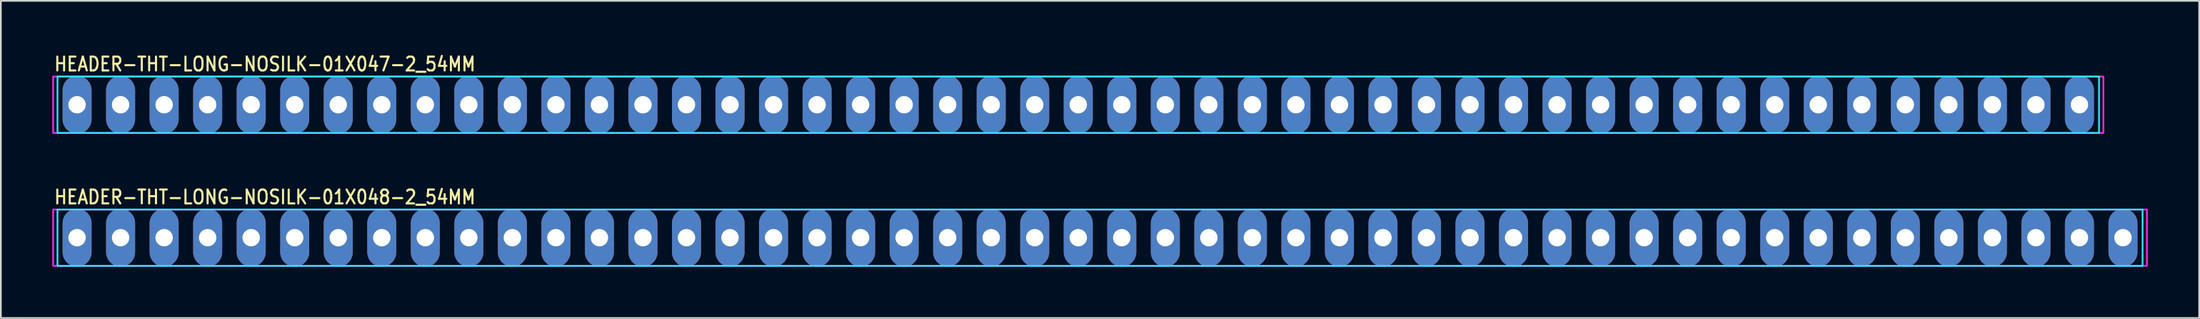
<source format=kicad_pcb>
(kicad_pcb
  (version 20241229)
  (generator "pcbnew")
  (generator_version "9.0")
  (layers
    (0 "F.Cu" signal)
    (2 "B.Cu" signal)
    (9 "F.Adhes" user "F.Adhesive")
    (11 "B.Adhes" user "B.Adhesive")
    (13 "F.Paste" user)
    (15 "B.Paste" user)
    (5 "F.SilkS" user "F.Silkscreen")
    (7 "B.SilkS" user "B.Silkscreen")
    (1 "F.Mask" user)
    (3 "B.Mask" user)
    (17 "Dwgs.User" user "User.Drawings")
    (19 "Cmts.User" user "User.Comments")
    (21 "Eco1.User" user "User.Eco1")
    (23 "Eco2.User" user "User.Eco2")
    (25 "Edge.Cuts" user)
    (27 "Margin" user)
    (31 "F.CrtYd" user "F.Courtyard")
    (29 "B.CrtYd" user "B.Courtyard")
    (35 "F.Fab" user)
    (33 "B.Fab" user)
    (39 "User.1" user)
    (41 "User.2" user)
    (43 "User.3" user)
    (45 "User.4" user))
  (footprint "HEADER-THT-LONG-NOSILK-01X048-2_54MM"
    (layer "F.Cu")
    (at 1.447 10.858)
    (property "Reference" "HEADER-THT-LONG-NOSILK-01X048-2_54MM" (at -1.4 -1.9 0) (unlocked yes) (layer "F.SilkS") (effects (font (size 0.813 0.695) (thickness 0.122)) (justify left bottom)))
    (fp_poly (pts (xy -1.143 -1.651) (xy 120.523 -1.651) (xy 120.523 1.651) (xy -1.143 1.651)) (stroke (width 0.1) (type solid)) (fill no) (layer "B.CrtYd"))
    (fp_poly (pts (xy -1.397 -1.651) (xy 120.777 -1.651) (xy 120.777 1.651) (xy -1.397 1.651)) (stroke (width 0.1) (type solid)) (fill no) (layer "F.CrtYd"))
    (pad "1" thru_hole oval (at 0 0 90) (size 3.387 1.693) (drill 1.016) (layers "*.Cu" "*.Mask"))
    (pad "2" thru_hole oval (at 2.54 0 90) (size 3.387 1.693) (drill 1.016) (layers "*.Cu" "*.Mask"))
    (pad "3" thru_hole oval (at 5.08 0 90) (size 3.387 1.693) (drill 1.016) (layers "*.Cu" "*.Mask"))
    (pad "4" thru_hole oval (at 7.62 0 90) (size 3.387 1.693) (drill 1.016) (layers "*.Cu" "*.Mask"))
    (pad "5" thru_hole oval (at 10.16 0 90) (size 3.387 1.693) (drill 1.016) (layers "*.Cu" "*.Mask"))
    (pad "6" thru_hole oval (at 12.7 0 90) (size 3.387 1.693) (drill 1.016) (layers "*.Cu" "*.Mask"))
    (pad "7" thru_hole oval (at 15.24 0 90) (size 3.387 1.693) (drill 1.016) (layers "*.Cu" "*.Mask"))
    (pad "8" thru_hole oval (at 17.78 0 90) (size 3.387 1.693) (drill 1.016) (layers "*.Cu" "*.Mask"))
    (pad "9" thru_hole oval (at 20.32 0 90) (size 3.387 1.693) (drill 1.016) (layers "*.Cu" "*.Mask"))
    (pad "10" thru_hole oval (at 22.86 0 90) (size 3.387 1.693) (drill 1.016) (layers "*.Cu" "*.Mask"))
    (pad "11" thru_hole oval (at 25.4 0 90) (size 3.387 1.693) (drill 1.016) (layers "*.Cu" "*.Mask"))
    (pad "12" thru_hole oval (at 27.94 0 90) (size 3.387 1.693) (drill 1.016) (layers "*.Cu" "*.Mask"))
    (pad "13" thru_hole oval (at 30.48 0 90) (size 3.387 1.693) (drill 1.016) (layers "*.Cu" "*.Mask"))
    (pad "14" thru_hole oval (at 33.02 0 90) (size 3.387 1.693) (drill 1.016) (layers "*.Cu" "*.Mask"))
    (pad "15" thru_hole oval (at 35.56 0 90) (size 3.387 1.693) (drill 1.016) (layers "*.Cu" "*.Mask"))
    (pad "16" thru_hole oval (at 38.1 0 90) (size 3.387 1.693) (drill 1.016) (layers "*.Cu" "*.Mask"))
    (pad "17" thru_hole oval (at 40.64 0 90) (size 3.387 1.693) (drill 1.016) (layers "*.Cu" "*.Mask"))
    (pad "18" thru_hole oval (at 43.18 0 90) (size 3.387 1.693) (drill 1.016) (layers "*.Cu" "*.Mask"))
    (pad "19" thru_hole oval (at 45.72 0 90) (size 3.387 1.693) (drill 1.016) (layers "*.Cu" "*.Mask"))
    (pad "20" thru_hole oval (at 48.26 0 90) (size 3.387 1.693) (drill 1.016) (layers "*.Cu" "*.Mask"))
    (pad "21" thru_hole oval (at 50.8 0 90) (size 3.387 1.693) (drill 1.016) (layers "*.Cu" "*.Mask"))
    (pad "22" thru_hole oval (at 53.34 0 90) (size 3.387 1.693) (drill 1.016) (layers "*.Cu" "*.Mask"))
    (pad "23" thru_hole oval (at 55.88 0 90) (size 3.387 1.693) (drill 1.016) (layers "*.Cu" "*.Mask"))
    (pad "24" thru_hole oval (at 58.42 0 90) (size 3.387 1.693) (drill 1.016) (layers "*.Cu" "*.Mask"))
    (pad "25" thru_hole oval (at 60.96 0 90) (size 3.387 1.693) (drill 1.016) (layers "*.Cu" "*.Mask"))
    (pad "26" thru_hole oval (at 63.5 0 90) (size 3.387 1.693) (drill 1.016) (layers "*.Cu" "*.Mask"))
    (pad "27" thru_hole oval (at 66.04 0 90) (size 3.387 1.693) (drill 1.016) (layers "*.Cu" "*.Mask"))
    (pad "28" thru_hole oval (at 68.58 0 90) (size 3.387 1.693) (drill 1.016) (layers "*.Cu" "*.Mask"))
    (pad "29" thru_hole oval (at 71.12 0 90) (size 3.387 1.693) (drill 1.016) (layers "*.Cu" "*.Mask"))
    (pad "30" thru_hole oval (at 73.66 0 90) (size 3.387 1.693) (drill 1.016) (layers "*.Cu" "*.Mask"))
    (pad "31" thru_hole oval (at 76.2 0 90) (size 3.387 1.693) (drill 1.016) (layers "*.Cu" "*.Mask"))
    (pad "32" thru_hole oval (at 78.74 0 90) (size 3.387 1.693) (drill 1.016) (layers "*.Cu" "*.Mask"))
    (pad "33" thru_hole oval (at 81.28 0 90) (size 3.387 1.693) (drill 1.016) (layers "*.Cu" "*.Mask"))
    (pad "34" thru_hole oval (at 83.82 0 90) (size 3.387 1.693) (drill 1.016) (layers "*.Cu" "*.Mask"))
    (pad "35" thru_hole oval (at 86.36 0 90) (size 3.387 1.693) (drill 1.016) (layers "*.Cu" "*.Mask"))
    (pad "36" thru_hole oval (at 88.9 0 90) (size 3.387 1.693) (drill 1.016) (layers "*.Cu" "*.Mask"))
    (pad "37" thru_hole oval (at 91.44 0 90) (size 3.387 1.693) (drill 1.016) (layers "*.Cu" "*.Mask"))
    (pad "38" thru_hole oval (at 93.98 0 90) (size 3.387 1.693) (drill 1.016) (layers "*.Cu" "*.Mask"))
    (pad "39" thru_hole oval (at 96.52 0 90) (size 3.387 1.693) (drill 1.016) (layers "*.Cu" "*.Mask"))
    (pad "40" thru_hole oval (at 99.06 0 90) (size 3.387 1.693) (drill 1.016) (layers "*.Cu" "*.Mask"))
    (pad "41" thru_hole oval (at 101.6 0 90) (size 3.387 1.693) (drill 1.016) (layers "*.Cu" "*.Mask"))
    (pad "42" thru_hole oval (at 104.14 0 90) (size 3.387 1.693) (drill 1.016) (layers "*.Cu" "*.Mask"))
    (pad "43" thru_hole oval (at 106.68 0 90) (size 3.387 1.693) (drill 1.016) (layers "*.Cu" "*.Mask"))
    (pad "44" thru_hole oval (at 109.22 0 90) (size 3.387 1.693) (drill 1.016) (layers "*.Cu" "*.Mask"))
    (pad "45" thru_hole oval (at 111.76 0 90) (size 3.387 1.693) (drill 1.016) (layers "*.Cu" "*.Mask"))
    (pad "46" thru_hole oval (at 114.3 0 90) (size 3.387 1.693) (drill 1.016) (layers "*.Cu" "*.Mask"))
    (pad "47" thru_hole oval (at 116.84 0 90) (size 3.387 1.693) (drill 1.016) (layers "*.Cu" "*.Mask"))
    (pad "48" thru_hole oval (at 119.38 0 90) (size 3.387 1.693) (drill 1.016) (layers "*.Cu" "*.Mask")))
  (footprint "HEADER-THT-LONG-NOSILK-01X047-2_54MM"
    (layer "F.Cu")
    (at 1.447 3.079)
    (property "Reference" "HEADER-THT-LONG-NOSILK-01X047-2_54MM" (at -1.4 -1.9 0) (unlocked yes) (layer "F.SilkS") (effects (font (size 0.813 0.695) (thickness 0.122)) (justify left bottom)))
    (fp_poly (pts (xy -1.143 -1.651) (xy 117.983 -1.651) (xy 117.983 1.651) (xy -1.143 1.651)) (stroke (width 0.1) (type solid)) (fill no) (layer "B.CrtYd"))
    (fp_poly (pts (xy -1.397 -1.651) (xy 118.237 -1.651) (xy 118.237 1.651) (xy -1.397 1.651)) (stroke (width 0.1) (type solid)) (fill no) (layer "F.CrtYd"))
    (pad "1" thru_hole oval (at 0 0 90) (size 3.387 1.693) (drill 1.016) (layers "*.Cu" "*.Mask"))
    (pad "2" thru_hole oval (at 2.54 0 90) (size 3.387 1.693) (drill 1.016) (layers "*.Cu" "*.Mask"))
    (pad "3" thru_hole oval (at 5.08 0 90) (size 3.387 1.693) (drill 1.016) (layers "*.Cu" "*.Mask"))
    (pad "4" thru_hole oval (at 7.62 0 90) (size 3.387 1.693) (drill 1.016) (layers "*.Cu" "*.Mask"))
    (pad "5" thru_hole oval (at 10.16 0 90) (size 3.387 1.693) (drill 1.016) (layers "*.Cu" "*.Mask"))
    (pad "6" thru_hole oval (at 12.7 0 90) (size 3.387 1.693) (drill 1.016) (layers "*.Cu" "*.Mask"))
    (pad "7" thru_hole oval (at 15.24 0 90) (size 3.387 1.693) (drill 1.016) (layers "*.Cu" "*.Mask"))
    (pad "8" thru_hole oval (at 17.78 0 90) (size 3.387 1.693) (drill 1.016) (layers "*.Cu" "*.Mask"))
    (pad "9" thru_hole oval (at 20.32 0 90) (size 3.387 1.693) (drill 1.016) (layers "*.Cu" "*.Mask"))
    (pad "10" thru_hole oval (at 22.86 0 90) (size 3.387 1.693) (drill 1.016) (layers "*.Cu" "*.Mask"))
    (pad "11" thru_hole oval (at 25.4 0 90) (size 3.387 1.693) (drill 1.016) (layers "*.Cu" "*.Mask"))
    (pad "12" thru_hole oval (at 27.94 0 90) (size 3.387 1.693) (drill 1.016) (layers "*.Cu" "*.Mask"))
    (pad "13" thru_hole oval (at 30.48 0 90) (size 3.387 1.693) (drill 1.016) (layers "*.Cu" "*.Mask"))
    (pad "14" thru_hole oval (at 33.02 0 90) (size 3.387 1.693) (drill 1.016) (layers "*.Cu" "*.Mask"))
    (pad "15" thru_hole oval (at 35.56 0 90) (size 3.387 1.693) (drill 1.016) (layers "*.Cu" "*.Mask"))
    (pad "16" thru_hole oval (at 38.1 0 90) (size 3.387 1.693) (drill 1.016) (layers "*.Cu" "*.Mask"))
    (pad "17" thru_hole oval (at 40.64 0 90) (size 3.387 1.693) (drill 1.016) (layers "*.Cu" "*.Mask"))
    (pad "18" thru_hole oval (at 43.18 0 90) (size 3.387 1.693) (drill 1.016) (layers "*.Cu" "*.Mask"))
    (pad "19" thru_hole oval (at 45.72 0 90) (size 3.387 1.693) (drill 1.016) (layers "*.Cu" "*.Mask"))
    (pad "20" thru_hole oval (at 48.26 0 90) (size 3.387 1.693) (drill 1.016) (layers "*.Cu" "*.Mask"))
    (pad "21" thru_hole oval (at 50.8 0 90) (size 3.387 1.693) (drill 1.016) (layers "*.Cu" "*.Mask"))
    (pad "22" thru_hole oval (at 53.34 0 90) (size 3.387 1.693) (drill 1.016) (layers "*.Cu" "*.Mask"))
    (pad "23" thru_hole oval (at 55.88 0 90) (size 3.387 1.693) (drill 1.016) (layers "*.Cu" "*.Mask"))
    (pad "24" thru_hole oval (at 58.42 0 90) (size 3.387 1.693) (drill 1.016) (layers "*.Cu" "*.Mask"))
    (pad "25" thru_hole oval (at 60.96 0 90) (size 3.387 1.693) (drill 1.016) (layers "*.Cu" "*.Mask"))
    (pad "26" thru_hole oval (at 63.5 0 90) (size 3.387 1.693) (drill 1.016) (layers "*.Cu" "*.Mask"))
    (pad "27" thru_hole oval (at 66.04 0 90) (size 3.387 1.693) (drill 1.016) (layers "*.Cu" "*.Mask"))
    (pad "28" thru_hole oval (at 68.58 0 90) (size 3.387 1.693) (drill 1.016) (layers "*.Cu" "*.Mask"))
    (pad "29" thru_hole oval (at 71.12 0 90) (size 3.387 1.693) (drill 1.016) (layers "*.Cu" "*.Mask"))
    (pad "30" thru_hole oval (at 73.66 0 90) (size 3.387 1.693) (drill 1.016) (layers "*.Cu" "*.Mask"))
    (pad "31" thru_hole oval (at 76.2 0 90) (size 3.387 1.693) (drill 1.016) (layers "*.Cu" "*.Mask"))
    (pad "32" thru_hole oval (at 78.74 0 90) (size 3.387 1.693) (drill 1.016) (layers "*.Cu" "*.Mask"))
    (pad "33" thru_hole oval (at 81.28 0 90) (size 3.387 1.693) (drill 1.016) (layers "*.Cu" "*.Mask"))
    (pad "34" thru_hole oval (at 83.82 0 90) (size 3.387 1.693) (drill 1.016) (layers "*.Cu" "*.Mask"))
    (pad "35" thru_hole oval (at 86.36 0 90) (size 3.387 1.693) (drill 1.016) (layers "*.Cu" "*.Mask"))
    (pad "36" thru_hole oval (at 88.9 0 90) (size 3.387 1.693) (drill 1.016) (layers "*.Cu" "*.Mask"))
    (pad "37" thru_hole oval (at 91.44 0 90) (size 3.387 1.693) (drill 1.016) (layers "*.Cu" "*.Mask"))
    (pad "38" thru_hole oval (at 93.98 0 90) (size 3.387 1.693) (drill 1.016) (layers "*.Cu" "*.Mask"))
    (pad "39" thru_hole oval (at 96.52 0 90) (size 3.387 1.693) (drill 1.016) (layers "*.Cu" "*.Mask"))
    (pad "40" thru_hole oval (at 99.06 0 90) (size 3.387 1.693) (drill 1.016) (layers "*.Cu" "*.Mask"))
    (pad "41" thru_hole oval (at 101.6 0 90) (size 3.387 1.693) (drill 1.016) (layers "*.Cu" "*.Mask"))
    (pad "42" thru_hole oval (at 104.14 0 90) (size 3.387 1.693) (drill 1.016) (layers "*.Cu" "*.Mask"))
    (pad "43" thru_hole oval (at 106.68 0 90) (size 3.387 1.693) (drill 1.016) (layers "*.Cu" "*.Mask"))
    (pad "44" thru_hole oval (at 109.22 0 90) (size 3.387 1.693) (drill 1.016) (layers "*.Cu" "*.Mask"))
    (pad "45" thru_hole oval (at 111.76 0 90) (size 3.387 1.693) (drill 1.016) (layers "*.Cu" "*.Mask"))
    (pad "46" thru_hole oval (at 114.3 0 90) (size 3.387 1.693) (drill 1.016) (layers "*.Cu" "*.Mask"))
    (pad "47" thru_hole oval (at 116.84 0 90) (size 3.387 1.693) (drill 1.016) (layers "*.Cu" "*.Mask")))
  (gr_rect
    (start -3 -3)
    (end 125.274 15.559)
    (stroke (width 0.1) (type default))
    (fill no)
    (layer "Edge.Cuts")))
</source>
